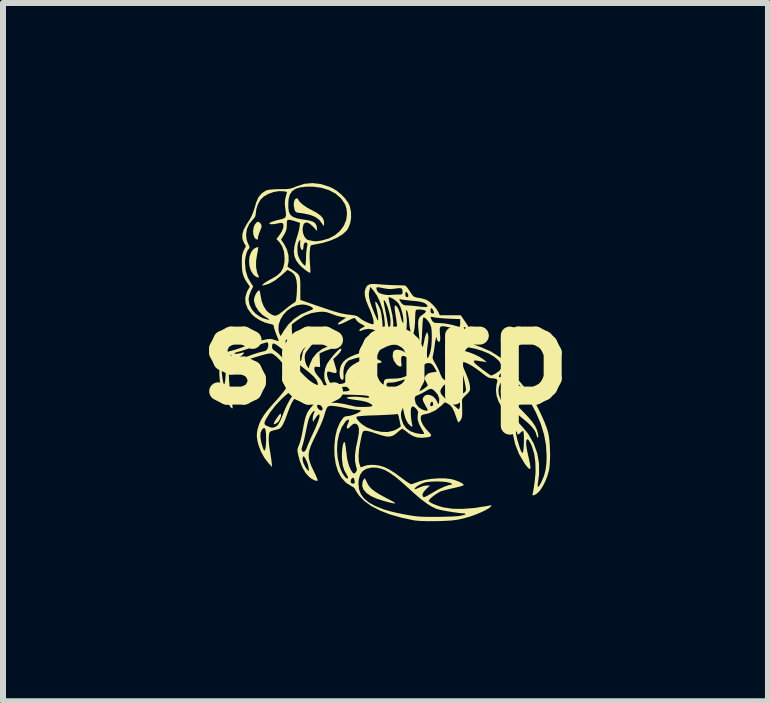
<source format=kicad_pcb>
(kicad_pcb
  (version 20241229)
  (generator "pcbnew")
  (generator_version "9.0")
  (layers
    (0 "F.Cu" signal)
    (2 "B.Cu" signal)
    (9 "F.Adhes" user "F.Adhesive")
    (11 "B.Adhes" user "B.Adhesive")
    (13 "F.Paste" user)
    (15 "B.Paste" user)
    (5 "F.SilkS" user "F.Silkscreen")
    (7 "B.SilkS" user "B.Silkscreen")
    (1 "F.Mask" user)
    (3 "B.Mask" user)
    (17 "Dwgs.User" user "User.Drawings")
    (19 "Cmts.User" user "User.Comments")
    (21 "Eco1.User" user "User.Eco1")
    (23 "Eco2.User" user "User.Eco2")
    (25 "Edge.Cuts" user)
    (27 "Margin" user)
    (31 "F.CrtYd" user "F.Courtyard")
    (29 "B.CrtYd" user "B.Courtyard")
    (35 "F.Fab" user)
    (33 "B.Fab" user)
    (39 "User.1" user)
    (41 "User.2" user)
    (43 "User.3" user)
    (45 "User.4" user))
  (footprint "scorp"
    (layer "F.Cu")
    (at 3.371 2.862)
    (property "Reference" "scorp" (at 0 0 0) (layer "F.SilkS") (effects (font (size 1.5 1.5) (thickness 0.3))))
    (attr board_only exclude_from_pos_files exclude_from_bom)
    (fp_poly (pts (xy -1.741 0.982) (xy -1.739 1.002) (xy -1.745 1.034) (xy -1.759 1.07) (xy -1.777 1.103) (xy -1.793 1.121) (xy -1.83 1.148) (xy -1.853 1.155) (xy -1.86 1.143) (xy -1.852 1.122) (xy -1.832 1.086) (xy -1.805 1.046) (xy -1.779 1.009) (xy -1.758 0.985) (xy -1.754 0.982)) (stroke (width 0) (type solid)) (fill yes) (layer "F.SilkS"))
    (fp_poly (pts (xy -2.086 -2.196) (xy -2.077 -2.184) (xy -2.066 -2.163) (xy -2.063 -2.141) (xy -2.071 -2.111) (xy -2.089 -2.064) (xy -2.093 -2.055) (xy -2.112 -2.005) (xy -2.123 -1.964) (xy -2.124 -1.941) (xy -2.125 -1.923) (xy -2.141 -1.922) (xy -2.164 -1.934) (xy -2.182 -1.954) (xy -2.2 -2.001) (xy -2.205 -2.063) (xy -2.195 -2.126) (xy -2.176 -2.172) (xy -2.145 -2.21) (xy -2.115 -2.218)) (stroke (width 0) (type solid)) (fill yes) (layer "F.SilkS"))
    (fp_poly (pts (xy -0.336 2.068) (xy -0.32 2.1) (xy -0.31 2.123) (xy -0.281 2.176) (xy -0.238 2.225) (xy -0.176 2.275) (xy -0.093 2.327) (xy 0.003 2.379) (xy 0.083 2.42) (xy 0.136 2.45) (xy 0.161 2.468) (xy 0.159 2.475) (xy 0.129 2.472) (xy 0.071 2.459) (xy -0.011 2.438) (xy -0.139 2.398) (xy -0.241 2.352) (xy -0.318 2.299) (xy -0.367 2.241) (xy -0.388 2.179) (xy -0.38 2.113) (xy -0.373 2.094) (xy -0.357 2.066) (xy -0.346 2.055)) (stroke (width 0) (type solid)) (fill yes) (layer "F.SilkS"))
    (fp_poly (pts (xy -2.12 -1.795) (xy -2.12 -1.778) (xy -2.125 -1.739) (xy -2.135 -1.687) (xy -2.139 -1.672) (xy -2.155 -1.564) (xy -2.155 -1.464) (xy -2.14 -1.379) (xy -2.124 -1.338) (xy -2.109 -1.306) (xy -2.109 -1.293) (xy -2.125 -1.29) (xy -2.128 -1.29) (xy -2.155 -1.301) (xy -2.189 -1.328) (xy -2.203 -1.342) (xy -2.242 -1.404) (xy -2.265 -1.478) (xy -2.272 -1.556) (xy -2.265 -1.634) (xy -2.242 -1.702) (xy -2.206 -1.755) (xy -2.175 -1.778) (xy -2.142 -1.792) (xy -2.122 -1.796)) (stroke (width 0) (type solid)) (fill yes) (layer "F.SilkS"))
    (fp_poly (pts (xy 0.258 -0.076) (xy 0.312 -0.053) (xy 0.361 -0.02) (xy 0.388 0.008) (xy 0.41 0.042) (xy 0.409 0.057) (xy 0.386 0.052) (xy 0.355 0.038) (xy 0.306 0.017) (xy 0.276 0.02) (xy 0.262 0.047) (xy 0.262 0.1) (xy 0.263 0.112) (xy 0.268 0.16) (xy 0.267 0.184) (xy 0.257 0.194) (xy 0.244 0.195) (xy 0.214 0.184) (xy 0.185 0.161) (xy 0.14 0.096) (xy 0.12 0.029) (xy 0.125 -0.036) (xy 0.136 -0.061) (xy 0.162 -0.082) (xy 0.205 -0.087)) (stroke (width 0) (type solid)) (fill yes) (layer "F.SilkS"))
    (fp_poly (pts (xy -1.459 -2.598) (xy -1.43 -2.551) (xy -1.375 -2.501) (xy -1.301 -2.451) (xy -1.242 -2.42) (xy -1.149 -2.37) (xy -1.082 -2.322) (xy -1.041 -2.274) (xy -1.023 -2.223) (xy -1.023 -2.173) (xy -1.028 -2.152) (xy -1.035 -2.153) (xy -1.05 -2.178) (xy -1.054 -2.185) (xy -1.101 -2.248) (xy -1.168 -2.297) (xy -1.257 -2.333) (xy -1.371 -2.357) (xy -1.414 -2.363) (xy -1.463 -2.369) (xy -1.49 -2.379) (xy -1.505 -2.396) (xy -1.516 -2.427) (xy -1.516 -2.428) (xy -1.528 -2.491) (xy -1.525 -2.547) (xy -1.509 -2.588) (xy -1.495 -2.601) (xy -1.47 -2.61)) (stroke (width 0) (type solid)) (fill yes) (layer "F.SilkS"))
    (fp_poly (pts (xy 2.103 0.46) (xy 2.14 0.485) (xy 2.159 0.517) (xy 2.16 0.527) (xy 2.156 0.546) (xy 2.139 0.551) (xy 2.108 0.547) (xy 2.069 0.544) (xy 2.049 0.558) (xy 2.048 0.589) (xy 2.064 0.64) (xy 2.084 0.683) (xy 2.109 0.731) (xy 2.141 0.779) (xy 2.184 0.831) (xy 2.243 0.895) (xy 2.295 0.948) (xy 2.381 1.038) (xy 2.446 1.115) (xy 2.492 1.184) (xy 2.523 1.248) (xy 2.542 1.313) (xy 2.544 1.324) (xy 2.546 1.365) (xy 2.539 1.38) (xy 2.526 1.369) (xy 2.515 1.332) (xy 2.5 1.286) (xy 2.472 1.239) (xy 2.429 1.187) (xy 2.367 1.127) (xy 2.282 1.056) (xy 2.258 1.036) (xy 2.157 0.952) (xy 2.078 0.883) (xy 2.019 0.823) (xy 1.979 0.77) (xy 1.953 0.721) (xy 1.94 0.673) (xy 1.938 0.621) (xy 1.939 0.603) (xy 1.947 0.548) (xy 1.961 0.512) (xy 1.986 0.485) (xy 2.023 0.461) (xy 2.058 0.45) (xy 2.06 0.45)) (stroke (width 0) (type solid)) (fill yes) (layer "F.SilkS"))
    (fp_poly (pts (xy -1.076 -2.846) (xy -0.932 -2.8) (xy -0.888 -2.78) (xy -0.814 -2.736) (xy -0.74 -2.676) (xy -0.674 -2.607) (xy -0.622 -2.537) (xy -0.596 -2.483) (xy -0.574 -2.384) (xy -0.572 -2.283) (xy -0.589 -2.186) (xy -0.625 -2.102) (xy -0.648 -2.069) (xy -0.714 -2.009) (xy -0.804 -1.953) (xy -0.913 -1.906) (xy -1.037 -1.868) (xy -1.142 -1.846) (xy -1.191 -1.837) (xy -1.228 -1.829) (xy -1.242 -1.823) (xy -1.252 -1.798) (xy -1.259 -1.75) (xy -1.263 -1.685) (xy -1.263 -1.611) (xy -1.259 -1.534) (xy -1.258 -1.518) (xy -1.253 -1.456) (xy -1.25 -1.406) (xy -1.251 -1.375) (xy -1.252 -1.368) (xy -1.269 -1.371) (xy -1.301 -1.39) (xy -1.343 -1.421) (xy -1.388 -1.458) (xy -1.43 -1.499) (xy -1.439 -1.508) (xy -1.488 -1.574) (xy -1.517 -1.645) (xy -1.526 -1.724) (xy -1.523 -1.747) (xy -1.467 -1.747) (xy -1.461 -1.683) (xy -1.455 -1.655) (xy -1.437 -1.611) (xy -1.411 -1.564) (xy -1.381 -1.523) (xy -1.353 -1.494) (xy -1.336 -1.485) (xy -1.331 -1.499) (xy -1.327 -1.536) (xy -1.324 -1.59) (xy -1.323 -1.617) (xy -1.321 -1.684) (xy -1.315 -1.745) (xy -1.308 -1.791) (xy -1.306 -1.8) (xy -1.299 -1.845) (xy -1.31 -1.87) (xy -1.337 -1.872) (xy -1.342 -1.87) (xy -1.36 -1.848) (xy -1.365 -1.809) (xy -1.369 -1.772) (xy -1.378 -1.749) (xy -1.38 -1.748) (xy -1.397 -1.751) (xy -1.412 -1.775) (xy -1.421 -1.814) (xy -1.421 -1.859) (xy -1.421 -1.865) (xy -1.417 -1.901) (xy -1.42 -1.913) (xy -1.432 -1.905) (xy -1.436 -1.901) (xy -1.454 -1.866) (xy -1.465 -1.812) (xy -1.467 -1.747) (xy -1.523 -1.747) (xy -1.515 -1.818) (xy -1.485 -1.93) (xy -1.478 -1.95) (xy -1.458 -2.015) (xy -1.441 -2.079) (xy -1.432 -2.128) (xy -1.423 -2.198) (xy -1.497 -2.224) (xy -1.547 -2.239) (xy -1.591 -2.249) (xy -1.607 -2.25) (xy -1.627 -2.248) (xy -1.638 -2.237) (xy -1.642 -2.209) (xy -1.643 -2.162) (xy -1.647 -2.101) (xy -1.662 -2.052) (xy -1.691 -1.998) (xy -1.691 -1.997) (xy -1.739 -1.921) (xy -1.688 -1.846) (xy -1.641 -1.755) (xy -1.615 -1.658) (xy -1.613 -1.565) (xy -1.617 -1.537) (xy -1.632 -1.469) (xy -1.555 -1.419) (xy -1.502 -1.384) (xy -1.465 -1.355) (xy -1.44 -1.324) (xy -1.426 -1.286) (xy -1.42 -1.234) (xy -1.418 -1.162) (xy -1.418 -1.109) (xy -1.418 -0.916) (xy -1.133 -0.817) (xy -1.009 -0.775) (xy -0.909 -0.741) (xy -0.827 -0.716) (xy -0.758 -0.697) (xy -0.699 -0.684) (xy -0.643 -0.674) (xy -0.586 -0.667) (xy -0.576 -0.666) (xy -0.515 -0.658) (xy -0.474 -0.646) (xy -0.442 -0.626) (xy -0.426 -0.613) (xy -0.389 -0.585) (xy -0.338 -0.557) (xy -0.282 -0.531) (xy -0.233 -0.514) (xy -0.208 -0.51) (xy -0.197 -0.523) (xy -0.197 -0.558) (xy -0.208 -0.611) (xy -0.229 -0.677) (xy -0.258 -0.752) (xy -0.278 -0.795) (xy -0.32 -0.898) (xy -0.342 -0.983) (xy -0.344 -1.016) (xy -0.277 -1.016) (xy -0.272 -0.956) (xy -0.255 -0.882) (xy -0.223 -0.791) (xy -0.181 -0.687) (xy -0.154 -0.626) (xy -0.137 -0.589) (xy -0.127 -0.574) (xy -0.122 -0.579) (xy -0.121 -0.6) (xy -0.121 -0.608) (xy -0.125 -0.653) (xy -0.136 -0.714) (xy -0.149 -0.773) (xy -0.162 -0.825) (xy -0.169 -0.865) (xy -0.17 -0.884) (xy -0.17 -0.885) (xy -0.156 -0.881) (xy -0.136 -0.856) (xy -0.113 -0.816) (xy -0.092 -0.768) (xy -0.083 -0.743) (xy -0.071 -0.695) (xy -0.061 -0.627) (xy -0.052 -0.552) (xy -0.049 -0.512) (xy -0.045 -0.443) (xy -0.04 -0.4) (xy -0.034 -0.38) (xy -0.027 -0.381) (xy -0.024 -0.385) (xy -0.016 -0.413) (xy -0.011 -0.461) (xy -0.01 -0.518) (xy -0.022 -0.639) (xy -0.05 -0.763) (xy -0.091 -0.882) (xy -0.097 -0.896) (xy -0.03 -0.896) (xy -0.027 -0.873) (xy -0.019 -0.828) (xy -0.008 -0.766) (xy 0.007 -0.695) (xy 0.008 -0.69) (xy 0.022 -0.616) (xy 0.034 -0.55) (xy 0.042 -0.5) (xy 0.045 -0.471) (xy 0.045 -0.471) (xy 0.049 -0.441) (xy 0.059 -0.436) (xy 0.071 -0.455) (xy 0.082 -0.492) (xy 0.083 -0.5) (xy 0.085 -0.582) (xy 0.07 -0.681) (xy 0.039 -0.789) (xy 0.03 -0.814) (xy 0.008 -0.867) (xy -0.011 -0.901) (xy -0.024 -0.912) (xy -0.03 -0.899) (xy -0.03 -0.896) (xy -0.097 -0.896) (xy -0.127 -0.957) (xy 0.052 -0.957) (xy 0.052 -0.94) (xy 0.06 -0.901) (xy 0.072 -0.847) (xy 0.082 -0.809) (xy 0.116 -0.661) (xy 0.131 -0.536) (xy 0.128 -0.433) (xy 0.121 -0.393) (xy 0.112 -0.336) (xy 0.114 -0.299) (xy 0.127 -0.283) (xy 0.146 -0.291) (xy 0.171 -0.327) (xy 0.172 -0.329) (xy 0.187 -0.37) (xy 0.194 -0.422) (xy 0.192 -0.49) (xy 0.182 -0.578) (xy 0.17 -0.656) (xy 0.16 -0.721) (xy 0.154 -0.774) (xy 0.153 -0.809) (xy 0.155 -0.82) (xy 0.173 -0.822) (xy 0.195 -0.8) (xy 0.218 -0.759) (xy 0.237 -0.706) (xy 0.245 -0.674) (xy 0.258 -0.619) (xy 0.272 -0.572) (xy 0.282 -0.547) (xy 0.293 -0.531) (xy 0.298 -0.538) (xy 0.299 -0.57) (xy 0.293 -0.644) (xy 0.274 -0.725) (xy 0.248 -0.801) (xy 0.221 -0.852) (xy 0.193 -0.884) (xy 0.155 -0.915) (xy 0.145 -0.922) (xy 0.23 -0.922) (xy 0.238 -0.906) (xy 0.268 -0.86) (xy 0.298 -0.835) (xy 0.338 -0.825) (xy 0.369 -0.824) (xy 0.43 -0.821) (xy 0.498 -0.814) (xy 0.525 -0.811) (xy 0.608 -0.801) (xy 0.663 -0.798) (xy 0.694 -0.801) (xy 0.702 -0.811) (xy 0.702 -0.813) (xy 0.68 -0.845) (xy 0.639 -0.869) (xy 0.574 -0.887) (xy 0.483 -0.899) (xy 0.463 -0.9) (xy 0.393 -0.907) (xy 0.33 -0.914) (xy 0.282 -0.92) (xy 0.264 -0.924) (xy 0.236 -0.929) (xy 0.23 -0.922) (xy 0.145 -0.922) (xy 0.113 -0.942) (xy 0.077 -0.958) (xy 0.054 -0.959) (xy 0.052 -0.957) (xy -0.127 -0.957) (xy -0.141 -0.988) (xy -0.2 -1.073) (xy -0.201 -1.074) (xy -0.225 -1.102) (xy -0.15 -1.102) (xy -0.139 -1.068) (xy -0.119 -1.042) (xy -0.083 -1.022) (xy -0.03 -1.007) (xy 0.028 -0.998) (xy 0.078 -0.998) (xy 0.083 -0.999) (xy 0.114 -1.002) (xy 0.163 -1.004) (xy 0.199 -1.005) (xy 0.247 -1.006) (xy 0.272 -1.01) (xy 0.33 -1.01) (xy 0.334 -0.982) (xy 0.34 -0.97) (xy 0.364 -0.961) (xy 0.38 -0.971) (xy 0.381 -0.994) (xy 0.37 -1.024) (xy 0.354 -1.046) (xy 0.346 -1.05) (xy 0.334 -1.038) (xy 0.33 -1.01) (xy 0.272 -1.01) (xy 0.273 -1.011) (xy 0.283 -1.022) (xy 0.285 -1.045) (xy 0.285 -1.046) (xy 0.282 -1.085) (xy 0.269 -1.106) (xy 0.241 -1.113) (xy 0.193 -1.109) (xy 0.168 -1.105) (xy 0.102 -1.097) (xy 0.041 -1.099) (xy -0.031 -1.11) (xy -0.039 -1.112) (xy -0.095 -1.123) (xy -0.128 -1.128) (xy -0.144 -1.125) (xy -0.15 -1.115) (xy -0.15 -1.102) (xy -0.225 -1.102) (xy -0.252 -1.133) (xy -0.269 -1.068) (xy -0.277 -1.016) (xy -0.344 -1.016) (xy -0.345 -1.053) (xy -0.329 -1.114) (xy -0.328 -1.115) (xy -0.306 -1.151) (xy -0.273 -1.172) (xy -0.224 -1.182) (xy -0.154 -1.18) (xy -0.117 -1.177) (xy -0.043 -1.171) (xy 0.046 -1.166) (xy 0.133 -1.162) (xy 0.158 -1.161) (xy 0.223 -1.16) (xy 0.278 -1.158) (xy 0.316 -1.157) (xy 0.327 -1.156) (xy 0.344 -1.144) (xy 0.37 -1.112) (xy 0.401 -1.067) (xy 0.406 -1.059) (xy 0.438 -1.01) (xy 0.462 -0.98) (xy 0.486 -0.965) (xy 0.517 -0.956) (xy 0.545 -0.952) (xy 0.604 -0.941) (xy 0.663 -0.924) (xy 0.683 -0.916) (xy 0.74 -0.881) (xy 0.799 -0.826) (xy 0.851 -0.763) (xy 0.881 -0.712) (xy 0.906 -0.66) (xy 1.08 -0.66) (xy 1.255 -0.66) (xy 1.339 -0.536) (xy 1.395 -0.452) (xy 1.433 -0.384) (xy 1.457 -0.327) (xy 1.468 -0.275) (xy 1.47 -0.237) (xy 1.47 -0.172) (xy 1.59 -0.129) (xy 1.755 -0.057) (xy 1.905 0.038) (xy 1.947 0.07) (xy 1.985 0.103) (xy 2.004 0.129) (xy 2.009 0.157) (xy 2.008 0.185) (xy 2.007 0.226) (xy 2.019 0.251) (xy 2.049 0.273) (xy 2.055 0.277) (xy 2.114 0.321) (xy 2.184 0.387) (xy 2.259 0.47) (xy 2.336 0.565) (xy 2.41 0.669) (xy 2.479 0.775) (xy 2.505 0.818) (xy 2.556 0.915) (xy 2.607 1.022) (xy 2.654 1.13) (xy 2.691 1.229) (xy 2.708 1.284) (xy 2.723 1.356) (xy 2.734 1.45) (xy 2.74 1.555) (xy 2.743 1.665) (xy 2.74 1.771) (xy 2.733 1.863) (xy 2.725 1.92) (xy 2.699 2.013) (xy 2.663 2.106) (xy 2.62 2.19) (xy 2.575 2.259) (xy 2.542 2.294) (xy 2.503 2.324) (xy 2.471 2.339) (xy 2.452 2.338) (xy 2.45 2.32) (xy 2.451 2.318) (xy 2.456 2.295) (xy 2.465 2.249) (xy 2.475 2.187) (xy 2.484 2.127) (xy 2.501 1.956) (xy 2.498 1.796) (xy 2.478 1.65) (xy 2.44 1.523) (xy 2.418 1.475) (xy 2.39 1.426) (xy 2.37 1.405) (xy 2.356 1.409) (xy 2.348 1.427) (xy 2.343 1.465) (xy 2.348 1.526) (xy 2.363 1.611) (xy 2.387 1.718) (xy 2.406 1.805) (xy 2.415 1.864) (xy 2.413 1.896) (xy 2.4 1.902) (xy 2.375 1.881) (xy 2.338 1.836) (xy 2.319 1.81) (xy 2.227 1.655) (xy 2.161 1.489) (xy 2.122 1.315) (xy 2.118 1.263) (xy 2.171 1.263) (xy 2.178 1.33) (xy 2.198 1.417) (xy 2.231 1.527) (xy 2.253 1.59) (xy 2.271 1.625) (xy 2.284 1.633) (xy 2.294 1.613) (xy 2.301 1.563) (xy 2.305 1.485) (xy 2.306 1.448) (xy 2.307 1.378) (xy 2.304 1.32) (xy 2.3 1.282) (xy 2.296 1.268) (xy 2.277 1.272) (xy 2.251 1.294) (xy 2.249 1.297) (xy 2.223 1.32) (xy 2.204 1.327) (xy 2.203 1.326) (xy 2.196 1.308) (xy 2.19 1.27) (xy 2.189 1.241) (xy 2.188 1.198) (xy 2.185 1.183) (xy 2.181 1.192) (xy 2.176 1.211) (xy 2.171 1.263) (xy 2.118 1.263) (xy 2.113 1.204) (xy 2.11 1.088) (xy 2.025 0.986) (xy 1.941 0.875) (xy 1.883 0.774) (xy 1.851 0.679) (xy 1.842 0.597) (xy 1.842 0.594) (xy 1.882 0.594) (xy 1.889 0.662) (xy 1.915 0.736) (xy 1.961 0.818) (xy 2.028 0.912) (xy 2.118 1.018) (xy 2.184 1.091) (xy 2.242 1.155) (xy 2.298 1.218) (xy 2.345 1.274) (xy 2.378 1.316) (xy 2.383 1.324) (xy 2.47 1.477) (xy 2.529 1.639) (xy 2.558 1.809) (xy 2.559 1.985) (xy 2.545 2.097) (xy 2.536 2.159) (xy 2.537 2.193) (xy 2.547 2.199) (xy 2.566 2.175) (xy 2.594 2.124) (xy 2.599 2.115) (xy 2.641 2.016) (xy 2.668 1.914) (xy 2.682 1.799) (xy 2.685 1.688) (xy 2.675 1.507) (xy 2.642 1.327) (xy 2.587 1.146) (xy 2.507 0.96) (xy 2.402 0.764) (xy 2.388 0.739) (xy 2.308 0.611) (xy 2.238 0.509) (xy 2.177 0.433) (xy 2.123 0.381) (xy 2.076 0.352) (xy 2.042 0.345) (xy 2.014 0.357) (xy 1.979 0.389) (xy 1.942 0.433) (xy 1.911 0.482) (xy 1.892 0.528) (xy 1.891 0.529) (xy 1.882 0.594) (xy 1.842 0.594) (xy 1.845 0.54) (xy 1.851 0.49) (xy 1.858 0.463) (xy 1.865 0.425) (xy 1.848 0.402) (xy 1.805 0.391) (xy 1.779 0.39) (xy 1.747 0.387) (xy 1.716 0.377) (xy 1.68 0.355) (xy 1.679 0.355) (xy 1.89 0.355) (xy 1.897 0.373) (xy 1.919 0.369) (xy 1.947 0.352) (xy 1.971 0.327) (xy 1.98 0.302) (xy 1.971 0.287) (xy 1.963 0.285) (xy 1.935 0.296) (xy 1.907 0.322) (xy 1.891 0.349) (xy 1.89 0.355) (xy 1.679 0.355) (xy 1.631 0.319) (xy 1.598 0.293) (xy 1.522 0.236) (xy 1.448 0.187) (xy 1.382 0.149) (xy 1.328 0.126) (xy 1.297 0.12) (xy 1.283 0.126) (xy 1.28 0.145) (xy 1.288 0.18) (xy 1.309 0.236) (xy 1.343 0.314) (xy 1.347 0.323) (xy 1.375 0.395) (xy 1.397 0.465) (xy 1.407 0.52) (xy 1.41 0.563) (xy 1.405 0.593) (xy 1.389 0.62) (xy 1.356 0.654) (xy 1.344 0.665) (xy 1.275 0.733) (xy 1.278 0.888) (xy 1.279 0.962) (xy 1.277 1.013) (xy 1.271 1.049) (xy 1.26 1.075) (xy 1.254 1.084) (xy 1.233 1.112) (xy 1.217 1.125) (xy 1.216 1.125) (xy 1.207 1.112) (xy 1.192 1.078) (xy 1.179 1.039) (xy 1.147 0.949) (xy 1.115 0.884) (xy 1.08 0.84) (xy 1.042 0.814) (xy 0.99 0.789) (xy 0.926 0.851) (xy 0.832 0.924) (xy 0.731 0.971) (xy 0.673 0.985) (xy 0.63 0.994) (xy 0.602 1.007) (xy 0.597 1.011) (xy 0.586 1.052) (xy 0.597 1.107) (xy 0.627 1.169) (xy 0.675 1.234) (xy 0.719 1.282) (xy 0.754 1.32) (xy 0.762 1.345) (xy 0.744 1.362) (xy 0.709 1.371) (xy 0.609 1.381) (xy 0.527 1.375) (xy 0.455 1.351) (xy 0.386 1.306) (xy 0.373 1.296) (xy 0.331 1.263) (xy 0.298 1.24) (xy 0.28 1.23) (xy 0.279 1.23) (xy 0.262 1.24) (xy 0.23 1.264) (xy 0.202 1.289) (xy 0.157 1.326) (xy 0.114 1.35) (xy 0.068 1.361) (xy 0.014 1.359) (xy -0.055 1.343) (xy -0.143 1.315) (xy -0.192 1.298) (xy -0.251 1.279) (xy -0.303 1.267) (xy -0.339 1.263) (xy -0.342 1.263) (xy -0.359 1.267) (xy -0.372 1.276) (xy -0.383 1.297) (xy -0.394 1.334) (xy -0.407 1.393) (xy -0.415 1.433) (xy -0.439 1.569) (xy -0.448 1.68) (xy -0.444 1.767) (xy -0.433 1.817) (xy -0.421 1.852) (xy -0.413 1.871) (xy -0.413 1.872) (xy -0.398 1.869) (xy -0.366 1.857) (xy -0.351 1.851) (xy -0.301 1.837) (xy -0.239 1.832) (xy -0.18 1.833) (xy -0.101 1.844) (xy -0.021 1.868) (xy 0.062 1.908) (xy 0.155 1.966) (xy 0.261 2.044) (xy 0.277 2.056) (xy 0.339 2.102) (xy 0.389 2.135) (xy 0.423 2.153) (xy 0.435 2.154) (xy 0.459 2.146) (xy 0.503 2.13) (xy 0.558 2.11) (xy 0.57 2.106) (xy 0.661 2.081) (xy 0.77 2.065) (xy 0.885 2.056) (xy 0.996 2.057) (xy 1.09 2.068) (xy 1.096 2.069) (xy 1.153 2.085) (xy 1.209 2.105) (xy 1.258 2.128) (xy 1.292 2.15) (xy 1.305 2.167) (xy 1.305 2.168) (xy 1.29 2.177) (xy 1.252 2.19) (xy 1.196 2.204) (xy 1.145 2.216) (xy 1.072 2.232) (xy 1.002 2.25) (xy 0.945 2.266) (xy 0.921 2.274) (xy 0.881 2.295) (xy 0.834 2.325) (xy 0.787 2.359) (xy 0.749 2.393) (xy 0.725 2.42) (xy 0.72 2.432) (xy 0.734 2.448) (xy 0.769 2.47) (xy 0.821 2.493) (xy 0.883 2.516) (xy 0.948 2.536) (xy 0.971 2.541) (xy 1.118 2.563) (xy 1.289 2.565) (xy 1.483 2.55) (xy 1.7 2.516) (xy 1.725 2.511) (xy 1.759 2.505) (xy 1.768 2.509) (xy 1.757 2.525) (xy 1.751 2.531) (xy 1.716 2.559) (xy 1.657 2.592) (xy 1.582 2.627) (xy 1.497 2.662) (xy 1.407 2.694) (xy 1.319 2.719) (xy 1.298 2.725) (xy 1.23 2.74) (xy 1.168 2.75) (xy 1.104 2.758) (xy 1.03 2.763) (xy 0.94 2.767) (xy 0.855 2.769) (xy 0.711 2.77) (xy 0.594 2.767) (xy 0.504 2.76) (xy 0.465 2.754) (xy 0.256 2.709) (xy 0.068 2.655) (xy -0.097 2.59) (xy -0.237 2.517) (xy -0.351 2.435) (xy -0.438 2.346) (xy -0.45 2.329) (xy -0.48 2.285) (xy -0.502 2.249) (xy -0.51 2.229) (xy -0.51 2.229) (xy -0.523 2.213) (xy -0.554 2.193) (xy -0.567 2.187) (xy -0.658 2.129) (xy -0.675 2.11) (xy -0.581 2.11) (xy -0.569 2.137) (xy -0.54 2.145) (xy -0.534 2.144) (xy -0.45 2.144) (xy -0.44 2.238) (xy -0.409 2.321) (xy -0.355 2.394) (xy -0.277 2.458) (xy -0.173 2.516) (xy -0.042 2.569) (xy 0.012 2.586) (xy 0.086 2.607) (xy 0.18 2.629) (xy 0.284 2.651) (xy 0.388 2.67) (xy 0.482 2.685) (xy 0.525 2.69) (xy 0.582 2.694) (xy 0.659 2.697) (xy 0.752 2.698) (xy 0.853 2.698) (xy 0.954 2.697) (xy 1.05 2.694) (xy 1.134 2.691) (xy 1.198 2.687) (xy 1.222 2.684) (xy 1.276 2.674) (xy 1.316 2.664) (xy 1.335 2.655) (xy 1.335 2.654) (xy 1.323 2.642) (xy 1.316 2.641) (xy 1.268 2.638) (xy 1.2 2.63) (xy 1.121 2.619) (xy 1.039 2.606) (xy 0.962 2.592) (xy 0.897 2.578) (xy 0.853 2.566) (xy 0.849 2.565) (xy 0.777 2.531) (xy 0.694 2.48) (xy 0.6 2.41) (xy 0.492 2.319) (xy 0.397 2.233) (xy 0.483 2.233) (xy 0.491 2.239) (xy 0.521 2.229) (xy 0.553 2.214) (xy 0.608 2.192) (xy 0.662 2.178) (xy 0.686 2.176) (xy 0.743 2.176) (xy 0.679 2.235) (xy 0.635 2.284) (xy 0.615 2.326) (xy 0.622 2.357) (xy 0.625 2.36) (xy 0.636 2.368) (xy 0.651 2.368) (xy 0.675 2.358) (xy 0.713 2.338) (xy 0.77 2.305) (xy 0.798 2.288) (xy 0.892 2.235) (xy 0.981 2.195) (xy 1.057 2.169) (xy 1.109 2.159) (xy 1.112 2.153) (xy 1.093 2.14) (xy 1.08 2.134) (xy 1.037 2.122) (xy 0.972 2.113) (xy 0.895 2.109) (xy 0.814 2.109) (xy 0.737 2.113) (xy 0.674 2.121) (xy 0.651 2.127) (xy 0.597 2.148) (xy 0.546 2.176) (xy 0.505 2.205) (xy 0.484 2.231) (xy 0.483 2.233) (xy 0.397 2.233) (xy 0.375 2.213) (xy 0.26 2.109) (xy 0.159 2.026) (xy 0.071 1.964) (xy -0.008 1.919) (xy -0.083 1.892) (xy -0.154 1.878) (xy -0.227 1.878) (xy -0.232 1.878) (xy -0.317 1.897) (xy -0.381 1.938) (xy -0.424 2) (xy -0.446 2.084) (xy -0.45 2.144) (xy -0.534 2.144) (xy -0.518 2.14) (xy -0.512 2.12) (xy -0.513 2.098) (xy -0.523 2.059) (xy -0.541 2.045) (xy -0.562 2.058) (xy -0.57 2.071) (xy -0.581 2.11) (xy -0.675 2.11) (xy -0.732 2.047) (xy -0.789 1.943) (xy -0.828 1.819) (xy -0.849 1.675) (xy -0.851 1.58) (xy -0.807 1.58) (xy -0.796 1.717) (xy -0.765 1.85) (xy -0.75 1.894) (xy -0.724 1.955) (xy -0.694 2.006) (xy -0.665 2.043) (xy -0.64 2.06) (xy -0.626 2.057) (xy -0.624 2.034) (xy -0.644 1.998) (xy -0.685 1.924) (xy -0.712 1.84) (xy -0.724 1.738) (xy -0.726 1.688) (xy -0.724 1.621) (xy -0.719 1.559) (xy -0.711 1.507) (xy -0.7 1.469) (xy -0.689 1.451) (xy -0.678 1.456) (xy -0.675 1.463) (xy -0.669 1.492) (xy -0.661 1.541) (xy -0.655 1.6) (xy -0.654 1.605) (xy -0.637 1.735) (xy -0.609 1.842) (xy -0.572 1.925) (xy -0.57 1.928) (xy -0.543 1.966) (xy -0.523 1.978) (xy -0.503 1.966) (xy -0.49 1.949) (xy -0.477 1.924) (xy -0.477 1.898) (xy -0.489 1.857) (xy -0.507 1.771) (xy -0.507 1.664) (xy -0.491 1.543) (xy -0.481 1.497) (xy -0.466 1.428) (xy -0.453 1.359) (xy -0.444 1.304) (xy -0.443 1.298) (xy -0.442 1.23) (xy -0.456 1.18) (xy -0.482 1.151) (xy -0.515 1.144) (xy -0.554 1.163) (xy -0.575 1.184) (xy -0.611 1.219) (xy -0.635 1.228) (xy -0.645 1.214) (xy -0.639 1.178) (xy -0.621 1.138) (xy -0.607 1.097) (xy -0.611 1.077) (xy -0.632 1.08) (xy -0.664 1.108) (xy -0.668 1.113) (xy -0.729 1.206) (xy -0.772 1.319) (xy -0.799 1.445) (xy -0.807 1.58) (xy -0.851 1.58) (xy -0.851 1.517) (xy -0.837 1.37) (xy -0.808 1.245) (xy -0.763 1.137) (xy -0.727 1.08) (xy -0.705 1.051) (xy -0.483 1.051) (xy -0.464 1.083) (xy -0.43 1.121) (xy -0.385 1.16) (xy -0.333 1.194) (xy -0.305 1.21) (xy -0.184 1.258) (xy -0.067 1.282) (xy 0.042 1.284) (xy 0.139 1.261) (xy 0.187 1.239) (xy 0.225 1.215) (xy 0.25 1.197) (xy 0.255 1.191) (xy 0.252 1.173) (xy 0.244 1.137) (xy 0.241 1.121) (xy 0.23 1.07) (xy 0.22 1.023) (xy 0.218 1.016) (xy 0.215 1.008) (xy 0.258 1.008) (xy 0.267 1.064) (xy 0.297 1.154) (xy 0.345 1.222) (xy 0.415 1.271) (xy 0.49 1.299) (xy 0.549 1.312) (xy 0.599 1.318) (xy 0.633 1.318) (xy 0.645 1.31) (xy 0.638 1.293) (xy 0.619 1.259) (xy 0.601 1.232) (xy 0.557 1.145) (xy 0.535 1.066) (xy 0.538 0.998) (xy 0.539 0.993) (xy 0.545 0.957) (xy 0.535 0.927) (xy 0.515 0.9) (xy 0.478 0.865) (xy 0.45 0.858) (xy 0.43 0.88) (xy 0.426 0.894) (xy 0.422 0.932) (xy 0.423 0.99) (xy 0.428 1.057) (xy 0.437 1.122) (xy 0.445 1.162) (xy 0.45 1.193) (xy 0.444 1.198) (xy 0.419 1.183) (xy 0.419 1.183) (xy 0.371 1.135) (xy 0.334 1.061) (xy 0.31 0.974) (xy 0.291 0.881) (xy 0.27 0.93) (xy 0.259 0.967) (xy 0.258 1.008) (xy 0.215 1.008) (xy 0.206 0.987) (xy 0.191 0.985) (xy 0.171 0.989) (xy 0.126 0.993) (xy 0.06 0.997) (xy -0.022 1.001) (xy -0.115 1.005) (xy -0.146 1.006) (xy -0.259 1.009) (xy -0.352 1.014) (xy -0.422 1.02) (xy -0.466 1.026) (xy -0.482 1.031) (xy -0.483 1.051) (xy -0.705 1.051) (xy -0.698 1.042) (xy -0.67 1.025) (xy -0.634 1.02) (xy -0.632 1.02) (xy -0.595 1.015) (xy -0.549 1.002) (xy -0.501 0.985) (xy -0.458 0.966) (xy -0.425 0.947) (xy -0.409 0.932) (xy -0.413 0.925) (xy -0.447 0.917) (xy -0.475 0.915) (xy -0.505 0.912) (xy -0.557 0.905) (xy -0.62 0.894) (xy -0.657 0.886) (xy -0.756 0.867) (xy -0.83 0.855) (xy -0.883 0.849) (xy -0.92 0.848) (xy -0.945 0.854) (xy -0.962 0.865) (xy -0.967 0.869) (xy -0.983 0.898) (xy -1.001 0.946) (xy -1.014 0.992) (xy -1.029 1.041) (xy -1.055 1.11) (xy -1.09 1.191) (xy -1.131 1.278) (xy -1.148 1.313) (xy -1.202 1.423) (xy -1.242 1.512) (xy -1.267 1.587) (xy -1.279 1.652) (xy -1.277 1.714) (xy -1.263 1.777) (xy -1.236 1.848) (xy -1.196 1.932) (xy -1.189 1.947) (xy -1.161 2.005) (xy -1.141 2.053) (xy -1.129 2.084) (xy -1.128 2.094) (xy -1.152 2.098) (xy -1.191 2.085) (xy -1.237 2.059) (xy -1.273 2.031) (xy -1.331 1.966) (xy -1.383 1.877) (xy -1.425 1.772) (xy -1.441 1.713) (xy -1.38 1.713) (xy -1.379 1.755) (xy -1.365 1.806) (xy -1.339 1.859) (xy -1.336 1.865) (xy -1.309 1.904) (xy -1.289 1.929) (xy -1.281 1.935) (xy -1.277 1.922) (xy -1.279 1.889) (xy -1.281 1.875) (xy -1.292 1.827) (xy -1.31 1.778) (xy -1.33 1.733) (xy -1.349 1.701) (xy -1.364 1.688) (xy -1.367 1.689) (xy -1.38 1.713) (xy -1.441 1.713) (xy -1.448 1.687) (xy -1.461 1.629) (xy -1.466 1.591) (xy -1.464 1.568) (xy -1.398 1.568) (xy -1.392 1.596) (xy -1.37 1.617) (xy -1.346 1.61) (xy -1.323 1.577) (xy -1.31 1.545) (xy -1.293 1.5) (xy -1.267 1.44) (xy -1.238 1.373) (xy -1.227 1.35) (xy -1.172 1.231) (xy -1.133 1.137) (xy -1.108 1.067) (xy -1.097 1.02) (xy -1.1 0.995) (xy -1.11 0.99) (xy -1.126 1.002) (xy -1.151 1.031) (xy -1.166 1.054) (xy -1.208 1.118) (xy -1.212 1.07) (xy -1.209 1.022) (xy -1.193 0.976) (xy -1.18 0.943) (xy -1.185 0.931) (xy -1.203 0.942) (xy -1.229 0.973) (xy -1.249 1.004) (xy -1.265 1.036) (xy -1.28 1.076) (xy -1.294 1.129) (xy -1.31 1.201) (xy -1.327 1.281) (xy -1.343 1.358) (xy -1.359 1.428) (xy -1.374 1.484) (xy -1.385 1.519) (xy -1.398 1.568) (xy -1.464 1.568) (xy -1.463 1.562) (xy -1.453 1.532) (xy -1.442 1.508) (xy -1.427 1.466) (xy -1.409 1.403) (xy -1.392 1.33) (xy -1.381 1.272) (xy -1.361 1.166) (xy -1.343 1.083) (xy -1.325 1.019) (xy -1.305 0.969) (xy -1.281 0.926) (xy -1.25 0.886) (xy -1.222 0.854) (xy -1.219 0.85) (xy -1.14 0.85) (xy -1.13 0.883) (xy -1.105 0.912) (xy -1.075 0.927) (xy -1.066 0.926) (xy -1.048 0.91) (xy -1.047 0.892) (xy -1.061 0.861) (xy -1.085 0.838) (xy -1.111 0.827) (xy -1.132 0.83) (xy -1.14 0.85) (xy -1.219 0.85) (xy -1.171 0.793) (xy -1.145 0.747) (xy -1.143 0.719) (xy -1.08 0.719) (xy -1.071 0.763) (xy -1.053 0.796) (xy -1.031 0.818) (xy -1.007 0.822) (xy -0.975 0.812) (xy -0.908 0.798) (xy -0.824 0.798) (xy -0.721 0.812) (xy -0.662 0.824) (xy -0.6 0.838) (xy -0.546 0.851) (xy -0.51 0.859) (xy -0.503 0.86) (xy -0.465 0.865) (xy -0.411 0.867) (xy -0.351 0.867) (xy -0.294 0.865) (xy -0.251 0.861) (xy -0.235 0.857) (xy -0.217 0.848) (xy -0.221 0.836) (xy -0.235 0.823) (xy -0.274 0.799) (xy -0.332 0.779) (xy -0.413 0.762) (xy -0.492 0.751) (xy -0.553 0.742) (xy -0.576 0.738) (xy 0.489 0.738) (xy 0.489 0.743) (xy 0.506 0.811) (xy 0.549 0.868) (xy 0.601 0.904) (xy 0.645 0.922) (xy 0.682 0.93) (xy 0.703 0.926) (xy 0.705 0.921) (xy 0.698 0.904) (xy 0.68 0.869) (xy 0.668 0.846) (xy 0.746 0.846) (xy 0.763 0.855) (xy 0.767 0.855) (xy 0.789 0.845) (xy 0.795 0.818) (xy 0.788 0.788) (xy 0.774 0.78) (xy 0.756 0.793) (xy 0.746 0.818) (xy 0.746 0.846) (xy 0.668 0.846) (xy 0.658 0.829) (xy 0.633 0.781) (xy 0.622 0.749) (xy 0.623 0.724) (xy 0.628 0.712) (xy 0.657 0.677) (xy 0.7 0.663) (xy 0.748 0.67) (xy 0.796 0.694) (xy 0.836 0.736) (xy 0.855 0.768) (xy 0.872 0.806) (xy 0.882 0.818) (xy 0.888 0.809) (xy 0.893 0.791) (xy 0.896 0.728) (xy 0.872 0.666) (xy 0.846 0.631) (xy 0.822 0.605) (xy 0.914 0.605) (xy 0.923 0.643) (xy 0.954 0.685) (xy 1.008 0.735) (xy 1.062 0.778) (xy 1.115 0.819) (xy 1.16 0.856) (xy 1.191 0.883) (xy 1.2 0.892) (xy 1.217 0.908) (xy 1.227 0.9) (xy 1.235 0.883) (xy 1.241 0.848) (xy 1.242 0.798) (xy 1.241 0.764) (xy 1.222 0.669) (xy 1.184 0.589) (xy 1.13 0.529) (xy 1.062 0.492) (xy 1.039 0.486) (xy 1.006 0.485) (xy 0.979 0.5) (xy 0.955 0.525) (xy 0.926 0.567) (xy 0.914 0.605) (xy 0.822 0.605) (xy 0.805 0.587) (xy 0.77 0.566) (xy 0.734 0.569) (xy 0.688 0.592) (xy 0.674 0.601) (xy 0.621 0.632) (xy 0.569 0.658) (xy 0.543 0.669) (xy 0.507 0.684) (xy 0.492 0.703) (xy 0.489 0.738) (xy -0.576 0.738) (xy -0.604 0.733) (xy -0.636 0.724) (xy -0.64 0.722) (xy -0.645 0.713) (xy -0.626 0.705) (xy -0.588 0.699) (xy -0.537 0.697) (xy -0.479 0.697) (xy -0.419 0.702) (xy -0.392 0.705) (xy -0.326 0.713) (xy -0.286 0.714) (xy -0.271 0.707) (xy -0.277 0.693) (xy -0.283 0.686) (xy -0.303 0.681) (xy -0.348 0.675) (xy -0.412 0.671) (xy -0.491 0.667) (xy -0.58 0.664) (xy -0.673 0.661) (xy -0.765 0.66) (xy -0.851 0.66) (xy -0.927 0.662) (xy -0.986 0.664) (xy -1.016 0.668) (xy -1.057 0.676) (xy -1.075 0.688) (xy -1.08 0.712) (xy -1.08 0.719) (xy -1.143 0.719) (xy -1.143 0.714) (xy -1.159 0.695) (xy -1.187 0.689) (xy -1.235 0.686) (xy -1.297 0.687) (xy -1.362 0.69) (xy -1.423 0.697) (xy -1.471 0.705) (xy -1.496 0.714) (xy -1.526 0.742) (xy -1.556 0.789) (xy -1.589 0.859) (xy -1.626 0.955) (xy -1.637 0.987) (xy -1.673 1.083) (xy -1.704 1.152) (xy -1.733 1.199) (xy -1.76 1.227) (xy -1.784 1.237) (xy -1.851 1.254) (xy -1.894 1.266) (xy -1.92 1.279) (xy -1.933 1.297) (xy -1.939 1.323) (xy -1.943 1.355) (xy -1.945 1.429) (xy -1.936 1.523) (xy -1.928 1.576) (xy -1.915 1.648) (xy -1.905 1.719) (xy -1.897 1.777) (xy -1.895 1.793) (xy -1.889 1.868) (xy -1.947 1.805) (xy -2.015 1.717) (xy -2.073 1.612) (xy -2.115 1.501) (xy -2.133 1.43) (xy -2.141 1.369) (xy -2.083 1.369) (xy -2.067 1.464) (xy -2.054 1.509) (xy -2.037 1.561) (xy -2.025 1.588) (xy -2.016 1.594) (xy -2.006 1.584) (xy -2.005 1.582) (xy -1.997 1.554) (xy -1.992 1.503) (xy -1.988 1.436) (xy -1.988 1.4) (xy -1.99 1.313) (xy -1.997 1.254) (xy -2.009 1.223) (xy -2.027 1.218) (xy -2.051 1.237) (xy -2.056 1.243) (xy -2.08 1.295) (xy -2.083 1.369) (xy -2.141 1.369) (xy -2.142 1.365) (xy -2.142 1.313) (xy -2.134 1.258) (xy -2.126 1.224) (xy -2.104 1.153) (xy -2.092 1.125) (xy -2.014 1.125) (xy -2.014 1.155) (xy -1.989 1.177) (xy -1.946 1.195) (xy -1.907 1.209) (xy -1.882 1.213) (xy -1.859 1.208) (xy -1.84 1.201) (xy -1.813 1.187) (xy -1.789 1.163) (xy -1.766 1.126) (xy -1.739 1.07) (xy -1.707 0.991) (xy -1.697 0.965) (xy -1.667 0.892) (xy -1.633 0.82) (xy -1.6 0.76) (xy -1.586 0.738) (xy -1.556 0.69) (xy -1.542 0.659) (xy -1.543 0.636) (xy -1.546 0.629) (xy -1.558 0.613) (xy -1.575 0.61) (xy -1.6 0.622) (xy -1.637 0.65) (xy -1.689 0.696) (xy -1.728 0.732) (xy -1.831 0.841) (xy -1.921 0.957) (xy -1.991 1.071) (xy -1.995 1.078) (xy -2.014 1.125) (xy -2.092 1.125) (xy -2.073 1.084) (xy -2.03 1.012) (xy -1.972 0.933) (xy -1.895 0.843) (xy -1.839 0.78) (xy -1.78 0.714) (xy -1.725 0.648) (xy -1.679 0.589) (xy -1.647 0.542) (xy -1.644 0.537) (xy -1.545 0.537) (xy -1.532 0.568) (xy -1.505 0.603) (xy -1.469 0.632) (xy -1.441 0.636) (xy -1.441 0.636) (xy -1.42 0.633) (xy -1.374 0.63) (xy -1.306 0.627) (xy -1.22 0.624) (xy -1.121 0.621) (xy -1.012 0.619) (xy -1.009 0.619) (xy -0.882 0.616) (xy -0.782 0.614) (xy -0.707 0.61) (xy -0.654 0.606) (xy -0.62 0.6) (xy -0.603 0.591) (xy -0.6 0.581) (xy -0.607 0.566) (xy -0.624 0.549) (xy -0.625 0.547) (xy -0.658 0.53) (xy -0.696 0.532) (xy -0.759 0.541) (xy -0.843 0.547) (xy -0.943 0.55) (xy -1.052 0.551) (xy -1.164 0.549) (xy -1.272 0.544) (xy -1.37 0.538) (xy -1.452 0.529) (xy -1.512 0.518) (xy -1.519 0.516) (xy -1.541 0.518) (xy -1.545 0.537) (xy -1.644 0.537) (xy -1.639 0.529) (xy -1.611 0.481) (xy -1.586 0.456) (xy -1.564 0.45) (xy -1.538 0.446) (xy -1.53 0.44) (xy -1.537 0.424) (xy -1.556 0.387) (xy -1.583 0.337) (xy -1.602 0.302) (xy -1.648 0.227) (xy -1.702 0.153) (xy -1.759 0.086) (xy -1.814 0.031) (xy -1.863 -0.008) (xy -1.896 -0.024) (xy -1.922 -0.025) (xy -1.962 -0.019) (xy -2.021 -0.005) (xy -2.102 0.018) (xy -2.207 0.05) (xy -2.211 0.052) (xy -2.324 0.087) (xy -2.412 0.115) (xy -2.478 0.137) (xy -2.525 0.153) (xy -2.557 0.167) (xy -2.577 0.178) (xy -2.588 0.189) (xy -2.594 0.201) (xy -2.598 0.216) (xy -2.6 0.225) (xy -2.606 0.274) (xy -2.608 0.345) (xy -2.604 0.433) (xy -2.596 0.53) (xy -2.584 0.63) (xy -2.568 0.726) (xy -2.568 0.728) (xy -2.557 0.792) (xy -2.549 0.845) (xy -2.546 0.879) (xy -2.546 0.889) (xy -2.559 0.89) (xy -2.581 0.868) (xy -2.608 0.827) (xy -2.639 0.773) (xy -2.67 0.711) (xy -2.7 0.645) (xy -2.724 0.58) (xy -2.732 0.555) (xy -2.756 0.451) (xy -2.767 0.341) (xy -2.767 0.233) (xy -2.765 0.222) (xy -2.726 0.222) (xy -2.725 0.31) (xy -2.715 0.391) (xy -2.704 0.454) (xy -2.693 0.487) (xy -2.684 0.49) (xy -2.675 0.463) (xy -2.668 0.408) (xy -2.662 0.323) (xy -2.66 0.272) (xy -2.652 0.083) (xy -2.685 0.114) (xy -2.713 0.158) (xy -2.726 0.222) (xy -2.765 0.222) (xy -2.754 0.136) (xy -2.732 0.064) (xy -2.713 0.026) (xy -2.623 0.026) (xy -2.603 0.051) (xy -2.573 0.073) (xy -2.54 0.083) (xy -2.494 0.082) (xy -2.431 0.069) (xy -2.348 0.043) (xy -2.267 0.014) (xy -2.196 -0.012) (xy -2.128 -0.034) (xy -2.073 -0.049) (xy -2.046 -0.055) (xy -1.999 -0.067) (xy -1.973 -0.089) (xy -1.967 -0.1) (xy -1.956 -0.136) (xy -1.89 -0.136) (xy -1.885 -0.106) (xy -1.863 -0.08) (xy -1.823 -0.052) (xy -1.777 -0.015) (xy -1.728 0.034) (xy -1.7 0.068) (xy -1.66 0.123) (xy -1.614 0.187) (xy -1.577 0.238) (xy -1.544 0.282) (xy -1.516 0.315) (xy -1.499 0.33) (xy -1.497 0.33) (xy -1.498 0.318) (xy -1.511 0.285) (xy -1.535 0.238) (xy -1.553 0.203) (xy -1.581 0.148) (xy -1.601 0.106) (xy -1.609 0.08) (xy -1.607 0.075) (xy -1.591 0.086) (xy -1.562 0.114) (xy -1.525 0.154) (xy -1.52 0.161) (xy -1.427 0.268) (xy -1.348 0.352) (xy -1.28 0.414) (xy -1.223 0.457) (xy -1.208 0.466) (xy -1.167 0.488) (xy -1.138 0.501) (xy -1.128 0.503) (xy -1.126 0.485) (xy -1.131 0.459) (xy -1.151 0.415) (xy -1.191 0.365) (xy -1.253 0.307) (xy -1.339 0.238) (xy -1.341 0.237) (xy -1.404 0.187) (xy -1.477 0.125) (xy -1.551 0.059) (xy -1.599 0.015) (xy -1.684 -0.064) (xy -1.756 -0.125) (xy -1.813 -0.167) (xy -1.854 -0.188) (xy -1.875 -0.188) (xy -1.886 -0.167) (xy -1.89 -0.136) (xy -1.956 -0.136) (xy -1.953 -0.145) (xy -1.952 -0.183) (xy -1.963 -0.207) (xy -1.973 -0.21) (xy -1.995 -0.205) (xy -2.039 -0.191) (xy -2.099 -0.171) (xy -2.171 -0.146) (xy -2.197 -0.136) (xy -2.274 -0.108) (xy -2.346 -0.084) (xy -2.406 -0.064) (xy -2.446 -0.053) (xy -2.452 -0.052) (xy -2.494 -0.04) (xy -2.515 -0.028) (xy -2.512 -0.019) (xy -2.484 -0.017) (xy -2.467 -0.019) (xy -2.421 -0.027) (xy -2.384 -0.037) (xy -2.38 -0.038) (xy -2.359 -0.042) (xy -2.357 -0.031) (xy -2.373 -0.009) (xy -2.402 0.017) (xy -2.415 0.026) (xy -2.464 0.05) (xy -2.514 0.06) (xy -2.517 0.06) (xy -2.551 0.058) (xy -2.563 0.047) (xy -2.561 0.03) (xy -2.561 0.007) (xy -2.583 0.000131) (xy -2.589 0) (xy -2.618 0.007) (xy -2.623 0.026) (xy -2.713 0.026) (xy -2.706 0.011) (xy -2.682 -0.023) (xy -2.65 -0.044) (xy -2.601 -0.06) (xy -2.566 -0.069) (xy -2.515 -0.083) (xy -2.446 -0.105) (xy -2.368 -0.133) (xy -2.303 -0.158) (xy -2.224 -0.187) (xy -2.155 -0.211) (xy -1.664 -0.211) (xy -1.655 -0.168) (xy -1.637 -0.12) (xy -1.614 -0.076) (xy -1.611 -0.073) (xy -1.586 -0.038) (xy -1.57 -0.025) (xy -1.557 -0.03) (xy -1.55 -0.039) (xy -1.535 -0.074) (xy -1.53 -0.109) (xy -1.54 -0.144) (xy -1.566 -0.185) (xy -1.598 -0.223) (xy -1.631 -0.249) (xy -1.651 -0.255) (xy -1.663 -0.243) (xy -1.664 -0.211) (xy -2.155 -0.211) (xy -2.143 -0.215) (xy -2.071 -0.238) (xy -2.026 -0.25) (xy -1.967 -0.262) (xy -1.927 -0.266) (xy -1.892 -0.262) (xy -1.852 -0.251) (xy -1.849 -0.25) (xy -1.808 -0.237) (xy -1.782 -0.23) (xy -1.776 -0.23) (xy -1.78 -0.244) (xy -1.793 -0.279) (xy -1.813 -0.327) (xy -1.817 -0.338) (xy -1.838 -0.393) (xy -1.846 -0.42) (xy -1.782 -0.42) (xy -1.771 -0.369) (xy -1.758 -0.335) (xy -1.749 -0.316) (xy -1.748 -0.315) (xy -1.739 -0.327) (xy -1.719 -0.358) (xy -1.697 -0.396) (xy -1.62 -0.504) (xy -1.615 -0.509) (xy -1.56 -0.509) (xy -1.56 -0.423) (xy -1.556 -0.373) (xy -1.545 -0.32) (xy -1.529 -0.27) (xy -1.512 -0.232) (xy -1.496 -0.213) (xy -1.489 -0.213) (xy -1.472 -0.223) (xy -1.437 -0.245) (xy -1.39 -0.276) (xy -1.371 -0.288) (xy -1.293 -0.336) (xy -1.217 -0.375) (xy -1.148 -0.404) (xy -1.094 -0.419) (xy -1.079 -0.42) (xy -1.057 -0.416) (xy -1.06 -0.405) (xy -1.088 -0.385) (xy -1.141 -0.355) (xy -1.221 -0.316) (xy -1.239 -0.307) (xy -1.311 -0.273) (xy -1.36 -0.247) (xy -1.39 -0.228) (xy -1.405 -0.211) (xy -1.41 -0.195) (xy -1.41 -0.191) (xy -1.419 -0.155) (xy -1.439 -0.112) (xy -1.447 -0.1) (xy -1.481 -0.038) (xy -1.489 0.013) (xy -1.471 0.057) (xy -1.455 0.075) (xy -1.427 0.099) (xy -1.41 0.1) (xy -1.399 0.076) (xy -1.392 0.025) (xy -1.392 0.023) (xy -1.371 -0.067) (xy -1.323 -0.144) (xy -1.259 -0.203) (xy -1.215 -0.233) (xy -1.19 -0.241) (xy -1.185 -0.23) (xy -1.201 -0.2) (xy -1.237 -0.154) (xy -1.254 -0.134) (xy -1.291 -0.088) (xy -1.322 -0.045) (xy -1.337 -0.017) (xy -1.346 0.037) (xy -1.339 0.102) (xy -1.319 0.164) (xy -1.307 0.184) (xy -1.28 0.226) (xy -1.261 0.163) (xy -1.215 0.058) (xy -1.145 -0.03) (xy -1.053 -0.1) (xy -0.94 -0.149) (xy -0.844 -0.172) (xy -0.8 -0.176) (xy -0.781 -0.171) (xy -0.786 -0.159) (xy -0.811 -0.141) (xy -0.855 -0.12) (xy -0.916 -0.097) (xy -0.938 -0.09) (xy -0.991 -0.072) (xy -1.042 -0.051) (xy -1.048 -0.048) (xy -1.098 -0.025) (xy -1.093 0.089) (xy -1.088 0.203) (xy -1.136 0.198) (xy -1.17 0.197) (xy -1.183 0.209) (xy -1.185 0.238) (xy -1.176 0.278) (xy -1.148 0.324) (xy -1.12 0.358) (xy -1.084 0.402) (xy -1.056 0.444) (xy -1.045 0.471) (xy -1.026 0.503) (xy -1.005 0.51) (xy -0.983 0.509) (xy -0.977 0.5) (xy -0.987 0.476) (xy -0.998 0.456) (xy -1.017 0.392) (xy -1.019 0.315) (xy -1.006 0.233) (xy -0.983 0.168) (xy -0.96 0.129) (xy -0.926 0.081) (xy -0.885 0.029) (xy -0.842 -0.021) (xy -0.801 -0.064) (xy -0.768 -0.094) (xy -0.748 -0.105) (xy -0.734 -0.096) (xy -0.74 -0.071) (xy -0.763 -0.036) (xy -0.801 0.005) (xy -0.803 0.007) (xy -0.87 0.07) (xy -0.848 0.144) (xy -0.828 0.209) (xy -0.816 0.252) (xy -0.813 0.278) (xy -0.816 0.292) (xy -0.825 0.3) (xy -0.851 0.302) (xy -0.888 0.293) (xy -0.895 0.29) (xy -0.933 0.279) (xy -0.96 0.278) (xy -0.963 0.279) (xy -0.973 0.301) (xy -0.971 0.341) (xy -0.96 0.388) (xy -0.94 0.434) (xy -0.929 0.451) (xy -0.91 0.477) (xy -0.891 0.49) (xy -0.864 0.494) (xy -0.82 0.491) (xy -0.801 0.489) (xy -0.735 0.482) (xy -0.695 0.473) (xy -0.674 0.462) (xy -0.668 0.443) (xy -0.67 0.415) (xy -0.67 0.413) (xy -0.668 0.339) (xy -0.638 0.265) (xy -0.596 0.21) (xy -0.55 0.172) (xy -0.486 0.133) (xy -0.414 0.096) (xy -0.343 0.067) (xy -0.281 0.049) (xy -0.249 0.045) (xy -0.209 0.05) (xy -0.161 0.063) (xy -0.114 0.081) (xy -0.078 0.1) (xy -0.06 0.117) (xy -0.06 0.119) (xy -0.073 0.128) (xy -0.108 0.137) (xy -0.139 0.142) (xy -0.242 0.164) (xy -0.325 0.199) (xy -0.385 0.246) (xy -0.42 0.303) (xy -0.429 0.367) (xy -0.421 0.411) (xy -0.404 0.447) (xy -0.379 0.476) (xy -0.339 0.499) (xy -0.278 0.523) (xy -0.231 0.538) (xy -0.173 0.558) (xy -0.122 0.579) (xy -0.089 0.598) (xy -0.088 0.599) (xy -0.06 0.615) (xy -0.042 0.609) (xy -0.033 0.578) (xy -0.03 0.525) (xy -0.029 0.494) (xy 0.017 0.494) (xy 0.021 0.57) (xy 0.05 0.641) (xy 0.077 0.675) (xy 0.115 0.709) (xy 0.138 0.718) (xy 0.149 0.704) (xy 0.15 0.689) (xy 0.163 0.629) (xy 0.197 0.584) (xy 0.246 0.555) (xy 0.305 0.545) (xy 0.368 0.556) (xy 0.428 0.589) (xy 0.434 0.594) (xy 0.466 0.618) (xy 0.494 0.624) (xy 0.533 0.617) (xy 0.539 0.615) (xy 0.591 0.594) (xy 0.642 0.564) (xy 0.648 0.559) (xy 0.68 0.533) (xy 0.701 0.516) (xy 0.705 0.514) (xy 0.703 0.499) (xy 0.693 0.478) (xy 0.664 0.425) (xy 0.656 0.386) (xy 0.668 0.352) (xy 0.677 0.339) (xy 0.71 0.31) (xy 0.76 0.294) (xy 0.78 0.291) (xy 0.854 0.281) (xy 0.83 0.234) (xy 0.795 0.176) (xy 0.76 0.144) (xy 0.724 0.135) (xy 0.676 0.142) (xy 0.639 0.166) (xy 0.612 0.209) (xy 0.593 0.275) (xy 0.58 0.367) (xy 0.577 0.401) (xy 0.571 0.462) (xy 0.564 0.509) (xy 0.556 0.536) (xy 0.553 0.54) (xy 0.537 0.528) (xy 0.516 0.499) (xy 0.511 0.491) (xy 0.478 0.44) (xy 0.447 0.408) (xy 0.411 0.394) (xy 0.365 0.396) (xy 0.301 0.413) (xy 0.254 0.428) (xy 0.184 0.449) (xy 0.121 0.46) (xy 0.083 0.462) (xy 0.043 0.462) (xy 0.025 0.47) (xy 0.018 0.492) (xy 0.017 0.494) (xy -0.029 0.494) (xy -0.029 0.467) (xy -0.022 0.43) (xy -0.005 0.409) (xy 0.029 0.399) (xy 0.085 0.396) (xy 0.117 0.396) (xy 0.198 0.392) (xy 0.261 0.383) (xy 0.316 0.365) (xy 0.325 0.361) (xy 0.37 0.343) (xy 0.4 0.336) (xy 0.425 0.341) (xy 0.448 0.351) (xy 0.491 0.371) (xy 0.515 0.372) (xy 0.524 0.353) (xy 0.525 0.341) (xy 0.53 0.31) (xy 0.542 0.261) (xy 0.557 0.215) (xy 0.59 0.123) (xy 0.531 0.036) (xy 0.488 -0.018) (xy 0.473 -0.033) (xy 0.569 -0.033) (xy 0.573 -0.03) (xy 0.589 -0.044) (xy 0.607 -0.081) (xy 0.625 -0.137) (xy 0.64 -0.204) (xy 0.644 -0.222) (xy 0.654 -0.277) (xy 0.668 -0.325) (xy 0.677 -0.348) (xy 0.695 -0.382) (xy 0.71 -0.339) (xy 0.716 -0.287) (xy 0.709 -0.209) (xy 0.707 -0.194) (xy 0.697 -0.123) (xy 0.692 -0.058) (xy 0.691 -0.003) (xy 0.694 0.036) (xy 0.701 0.053) (xy 0.705 0.053) (xy 0.717 0.034) (xy 0.718 0.032) (xy 0.786 0.032) (xy 0.787 0.058) (xy 0.799 0.089) (xy 0.824 0.134) (xy 0.836 0.155) (xy 0.869 0.214) (xy 0.897 0.274) (xy 0.915 0.322) (xy 0.915 0.322) (xy 0.944 0.383) (xy 0.988 0.422) (xy 1.037 0.434) (xy 1.051 0.43) (xy 1.055 0.412) (xy 1.049 0.373) (xy 1.049 0.371) (xy 1.044 0.334) (xy 1.041 0.273) (xy 1.038 0.197) (xy 1.036 0.132) (xy 1.081 0.132) (xy 1.083 0.201) (xy 1.098 0.313) (xy 1.133 0.419) (xy 1.19 0.528) (xy 1.22 0.574) (xy 1.253 0.619) (xy 1.278 0.64) (xy 1.3 0.639) (xy 1.325 0.618) (xy 1.325 0.618) (xy 1.336 0.604) (xy 1.341 0.587) (xy 1.34 0.561) (xy 1.334 0.52) (xy 1.321 0.458) (xy 1.313 0.419) (xy 1.284 0.303) (xy 1.254 0.214) (xy 1.221 0.148) (xy 1.183 0.104) (xy 1.159 0.086) (xy 1.123 0.068) (xy 1.099 0.068) (xy 1.086 0.088) (xy 1.081 0.132) (xy 1.036 0.132) (xy 1.036 0.113) (xy 1.036 0.08) (xy 1.036 -0.017) (xy 1.038 -0.071) (xy 1.081 -0.071) (xy 1.088 -0.035) (xy 1.1 -0.017) (xy 1.124 -0.008) (xy 1.137 -0.026) (xy 1.14 -0.055) (xy 1.144 -0.075) (xy 1.158 -0.087) (xy 1.187 -0.089) (xy 1.235 -0.083) (xy 1.307 -0.069) (xy 1.389 -0.045) (xy 1.477 -0.011) (xy 1.56 0.029) (xy 1.627 0.071) (xy 1.644 0.084) (xy 1.688 0.122) (xy 1.635 0.113) (xy 1.582 0.105) (xy 1.527 0.096) (xy 1.527 0.096) (xy 1.486 0.092) (xy 1.472 0.103) (xy 1.48 0.128) (xy 1.483 0.132) (xy 1.5 0.149) (xy 1.534 0.178) (xy 1.58 0.215) (xy 1.63 0.254) (xy 1.68 0.291) (xy 1.723 0.321) (xy 1.752 0.34) (xy 1.762 0.344) (xy 1.781 0.338) (xy 1.817 0.32) (xy 1.84 0.307) (xy 1.9 0.264) (xy 1.93 0.219) (xy 1.932 0.172) (xy 1.904 0.118) (xy 1.881 0.09) (xy 1.812 0.031) (xy 1.72 -0.023) (xy 1.611 -0.068) (xy 1.492 -0.104) (xy 1.37 -0.127) (xy 1.252 -0.135) (xy 1.191 -0.134) (xy 1.14 -0.131) (xy 1.108 -0.127) (xy 1.104 -0.126) (xy 1.086 -0.105) (xy 1.081 -0.071) (xy 1.038 -0.071) (xy 1.039 -0.088) (xy 1.047 -0.137) (xy 1.064 -0.168) (xy 1.092 -0.186) (xy 1.135 -0.193) (xy 1.195 -0.195) (xy 1.234 -0.195) (xy 1.301 -0.196) (xy 1.342 -0.2) (xy 1.36 -0.212) (xy 1.36 -0.236) (xy 1.346 -0.274) (xy 1.336 -0.295) (xy 1.294 -0.355) (xy 1.228 -0.403) (xy 1.135 -0.441) (xy 1.106 -0.449) (xy 1.305 -0.449) (xy 1.318 -0.418) (xy 1.332 -0.395) (xy 1.36 -0.356) (xy 1.38 -0.341) (xy 1.387 -0.35) (xy 1.38 -0.383) (xy 1.378 -0.39) (xy 1.356 -0.433) (xy 1.329 -0.459) (xy 1.306 -0.463) (xy 1.305 -0.449) (xy 1.106 -0.449) (xy 1.061 -0.46) (xy 0.99 -0.474) (xy 0.943 -0.478) (xy 0.916 -0.468) (xy 0.905 -0.441) (xy 0.905 -0.394) (xy 0.908 -0.354) (xy 0.913 -0.282) (xy 0.91 -0.237) (xy 0.9 -0.218) (xy 0.882 -0.222) (xy 0.876 -0.226) (xy 0.858 -0.255) (xy 0.854 -0.276) (xy 0.853 -0.298) (xy 0.847 -0.292) (xy 0.841 -0.278) (xy 0.834 -0.247) (xy 0.825 -0.198) (xy 0.819 -0.15) (xy 0.811 -0.089) (xy 0.8 -0.031) (xy 0.793 0.002) (xy 0.786 0.032) (xy 0.718 0.032) (xy 0.733 -0.004) (xy 0.746 -0.042) (xy 0.762 -0.119) (xy 0.77 -0.217) (xy 0.772 -0.293) (xy 0.771 -0.37) (xy 0.767 -0.425) (xy 0.761 -0.465) (xy 0.749 -0.499) (xy 0.739 -0.52) (xy 0.709 -0.566) (xy 0.677 -0.602) (xy 0.648 -0.622) (xy 0.63 -0.622) (xy 0.626 -0.606) (xy 0.621 -0.565) (xy 0.617 -0.504) (xy 0.613 -0.43) (xy 0.611 -0.387) (xy 0.606 -0.277) (xy 0.598 -0.188) (xy 0.588 -0.123) (xy 0.581 -0.094) (xy 0.57 -0.056) (xy 0.569 -0.033) (xy 0.473 -0.033) (xy 0.437 -0.069) (xy 0.399 -0.1) (xy 0.307 -0.151) (xy 0.217 -0.176) (xy 0.125 -0.173) (xy 0.027 -0.143) (xy -0.06 -0.1) (xy -0.136 -0.058) (xy -0.206 -0.025) (xy -0.28 0.001) (xy -0.367 0.025) (xy -0.45 0.044) (xy -0.514 0.06) (xy -0.571 0.077) (xy -0.612 0.093) (xy -0.621 0.098) (xy -0.66 0.14) (xy -0.688 0.201) (xy -0.701 0.273) (xy -0.699 0.329) (xy -0.697 0.381) (xy -0.705 0.411) (xy -0.721 0.418) (xy -0.744 0.398) (xy -0.745 0.397) (xy -0.76 0.356) (xy -0.765 0.298) (xy -0.758 0.235) (xy -0.741 0.176) (xy -0.735 0.166) (xy -0.705 0.119) (xy -0.66 0.077) (xy -0.6 0.039) (xy -0.52 0.003) (xy -0.417 -0.034) (xy -0.287 -0.072) (xy -0.278 -0.074) (xy -0.148 -0.113) (xy -0.048 -0.15) (xy 0.024 -0.187) (xy 0.06 -0.217) (xy 0.32 -0.217) (xy 0.329 -0.198) (xy 0.356 -0.175) (xy 0.4 -0.146) (xy 0.447 -0.118) (xy 0.487 -0.1) (xy 0.51 -0.094) (xy 0.528 -0.11) (xy 0.547 -0.144) (xy 0.552 -0.158) (xy 0.561 -0.193) (xy 0.565 -0.234) (xy 0.563 -0.289) (xy 0.555 -0.365) (xy 0.555 -0.372) (xy 0.546 -0.465) (xy 0.544 -0.535) (xy 0.55 -0.585) (xy 0.565 -0.622) (xy 0.57 -0.628) (xy 0.752 -0.628) (xy 0.76 -0.601) (xy 0.775 -0.575) (xy 0.789 -0.553) (xy 0.808 -0.54) (xy 0.837 -0.533) (xy 0.886 -0.531) (xy 0.906 -0.53) (xy 0.98 -0.524) (xy 1.061 -0.511) (xy 1.118 -0.498) (xy 1.171 -0.483) (xy 1.212 -0.472) (xy 1.233 -0.467) (xy 1.234 -0.467) (xy 1.241 -0.479) (xy 1.245 -0.512) (xy 1.245 -0.53) (xy 1.245 -0.596) (xy 1.046 -0.604) (xy 0.968 -0.609) (xy 0.895 -0.615) (xy 0.838 -0.621) (xy 0.801 -0.627) (xy 0.799 -0.628) (xy 0.765 -0.636) (xy 0.752 -0.628) (xy 0.57 -0.628) (xy 0.59 -0.65) (xy 0.616 -0.668) (xy 0.651 -0.694) (xy 0.672 -0.718) (xy 0.675 -0.726) (xy 0.662 -0.739) (xy 0.658 -0.74) (xy 0.75 -0.74) (xy 0.754 -0.712) (xy 0.76 -0.7) (xy 0.779 -0.692) (xy 0.801 -0.691) (xy 0.81 -0.697) (xy 0.804 -0.723) (xy 0.789 -0.754) (xy 0.773 -0.776) (xy 0.766 -0.78) (xy 0.755 -0.768) (xy 0.75 -0.74) (xy 0.658 -0.74) (xy 0.629 -0.749) (xy 0.587 -0.756) (xy 0.545 -0.756) (xy 0.515 -0.751) (xy 0.507 -0.745) (xy 0.501 -0.722) (xy 0.497 -0.679) (xy 0.495 -0.622) (xy 0.495 -0.608) (xy 0.492 -0.527) (xy 0.485 -0.453) (xy 0.476 -0.395) (xy 0.464 -0.357) (xy 0.458 -0.348) (xy 0.442 -0.346) (xy 0.426 -0.371) (xy 0.412 -0.417) (xy 0.401 -0.483) (xy 0.398 -0.523) (xy 0.389 -0.607) (xy 0.378 -0.675) (xy 0.366 -0.724) (xy 0.352 -0.748) (xy 0.347 -0.75) (xy 0.344 -0.737) (xy 0.345 -0.701) (xy 0.35 -0.65) (xy 0.351 -0.644) (xy 0.357 -0.558) (xy 0.353 -0.454) (xy 0.341 -0.343) (xy 0.321 -0.239) (xy 0.32 -0.217) (xy 0.06 -0.217) (xy 0.066 -0.222) (xy 0.079 -0.256) (xy 0.074 -0.272) (xy 0.056 -0.29) (xy 0.023 -0.299) (xy -0.015 -0.3) (xy -0.061 -0.302) (xy -0.088 -0.311) (xy -0.105 -0.332) (xy -0.112 -0.345) (xy -0.154 -0.395) (xy -0.213 -0.425) (xy -0.285 -0.434) (xy -0.362 -0.42) (xy -0.381 -0.412) (xy -0.416 -0.399) (xy -0.432 -0.4) (xy -0.435 -0.411) (xy -0.423 -0.43) (xy -0.392 -0.449) (xy -0.39 -0.45) (xy -0.359 -0.465) (xy -0.346 -0.478) (xy -0.345 -0.478) (xy -0.358 -0.49) (xy -0.389 -0.507) (xy -0.407 -0.516) (xy -0.448 -0.541) (xy -0.478 -0.57) (xy -0.484 -0.579) (xy -0.502 -0.606) (xy -0.518 -0.615) (xy -0.539 -0.609) (xy -0.579 -0.592) (xy -0.631 -0.567) (xy -0.653 -0.556) (xy -0.721 -0.524) (xy -0.767 -0.508) (xy -0.79 -0.508) (xy -0.788 -0.524) (xy -0.787 -0.527) (xy -0.769 -0.543) (xy -0.736 -0.567) (xy -0.715 -0.581) (xy -0.653 -0.621) (xy -0.724 -0.632) (xy -0.776 -0.643) (xy -0.84 -0.662) (xy -0.9 -0.684) (xy -0.961 -0.706) (xy -1.009 -0.717) (xy -1.061 -0.719) (xy -1.117 -0.716) (xy -1.239 -0.695) (xy -1.355 -0.649) (xy -1.471 -0.576) (xy -1.481 -0.569) (xy -1.56 -0.509) (xy -1.615 -0.509) (xy -1.521 -0.599) (xy -1.405 -0.677) (xy -1.28 -0.731) (xy -1.264 -0.736) (xy -1.226 -0.751) (xy -1.206 -0.766) (xy -1.204 -0.771) (xy -1.225 -0.794) (xy -1.266 -0.815) (xy -1.32 -0.832) (xy -1.376 -0.84) (xy -1.388 -0.84) (xy -1.478 -0.826) (xy -1.563 -0.79) (xy -1.639 -0.736) (xy -1.703 -0.667) (xy -1.75 -0.588) (xy -1.778 -0.505) (xy -1.782 -0.42) (xy -1.846 -0.42) (xy -1.853 -0.441) (xy -1.86 -0.473) (xy -1.86 -0.475) (xy -1.866 -0.496) (xy -1.887 -0.508) (xy -1.927 -0.517) (xy -2.007 -0.539) (xy -2.093 -0.578) (xy -2.172 -0.628) (xy -2.228 -0.678) (xy -2.293 -0.767) (xy -2.329 -0.858) (xy -2.336 -0.949) (xy -2.312 -1.039) (xy -2.293 -1.078) (xy -2.259 -1.137) (xy -2.299 -1.195) (xy -2.341 -1.261) (xy -2.368 -1.322) (xy -2.384 -1.387) (xy -2.391 -1.467) (xy -2.392 -1.523) (xy -2.392 -1.537) (xy -2.34 -1.537) (xy -2.329 -1.407) (xy -2.294 -1.292) (xy -2.249 -1.211) (xy -2.203 -1.14) (xy -2.242 -1.062) (xy -2.267 -0.998) (xy -2.279 -0.938) (xy -2.28 -0.923) (xy -2.265 -0.837) (xy -2.225 -0.756) (xy -2.162 -0.686) (xy -2.082 -0.631) (xy -2.047 -0.615) (xy -1.995 -0.597) (xy -1.958 -0.588) (xy -1.937 -0.587) (xy -1.938 -0.595) (xy -1.963 -0.611) (xy -1.973 -0.616) (xy -2.05 -0.667) (xy -2.114 -0.733) (xy -2.162 -0.808) (xy -2.187 -0.885) (xy -2.19 -0.92) (xy -2.182 -0.962) (xy -2.163 -1.009) (xy -2.137 -1.05) (xy -2.11 -1.074) (xy -2.106 -1.076) (xy -2.095 -1.065) (xy -2.086 -1.028) (xy -2.08 -0.987) (xy -2.061 -0.892) (xy -2.027 -0.807) (xy -1.982 -0.738) (xy -1.938 -0.698) (xy -1.89 -0.669) (xy -1.852 -0.654) (xy -1.817 -0.656) (xy -1.778 -0.675) (xy -1.728 -0.712) (xy -1.691 -0.742) (xy -1.636 -0.786) (xy -1.586 -0.825) (xy -1.546 -0.853) (xy -1.531 -0.862) (xy -1.511 -0.874) (xy -1.498 -0.889) (xy -1.489 -0.914) (xy -1.484 -0.954) (xy -1.478 -1.018) (xy -1.477 -1.027) (xy -1.473 -1.144) (xy -1.481 -1.236) (xy -1.5 -1.305) (xy -1.533 -1.356) (xy -1.581 -1.39) (xy -1.582 -1.391) (xy -1.633 -1.415) (xy -1.728 -1.329) (xy -1.834 -1.244) (xy -1.935 -1.187) (xy -2.01 -1.163) (xy -2.044 -1.156) (xy -2.053 -1.159) (xy -2.042 -1.175) (xy -2.037 -1.181) (xy -2.011 -1.201) (xy -1.967 -1.229) (xy -1.913 -1.259) (xy -1.898 -1.266) (xy -1.808 -1.32) (xy -1.744 -1.379) (xy -1.704 -1.449) (xy -1.684 -1.536) (xy -1.68 -1.613) (xy -1.691 -1.722) (xy -1.723 -1.815) (xy -1.771 -1.884) (xy -1.816 -1.93) (xy -1.762 -2.001) (xy -1.724 -2.061) (xy -1.702 -2.119) (xy -1.699 -2.166) (xy -1.707 -2.187) (xy -1.723 -2.198) (xy -1.754 -2.198) (xy -1.787 -2.191) (xy -1.849 -2.18) (xy -1.898 -2.176) (xy -1.928 -2.181) (xy -1.935 -2.189) (xy -1.921 -2.204) (xy -1.879 -2.222) (xy -1.813 -2.242) (xy -1.775 -2.251) (xy -1.715 -2.265) (xy -1.678 -2.282) (xy -1.66 -2.307) (xy -1.656 -2.346) (xy -1.664 -2.407) (xy -1.666 -2.424) (xy -1.669 -2.449) (xy -1.618 -2.449) (xy -1.608 -2.382) (xy -1.583 -2.333) (xy -1.54 -2.299) (xy -1.475 -2.275) (xy -1.386 -2.257) (xy -1.35 -2.252) (xy -1.266 -2.238) (xy -1.207 -2.219) (xy -1.169 -2.192) (xy -1.149 -2.156) (xy -1.143 -2.122) (xy -1.138 -2.064) (xy -1.204 -2.135) (xy -1.259 -2.184) (xy -1.306 -2.206) (xy -1.343 -2.2) (xy -1.368 -2.167) (xy -1.379 -2.108) (xy -1.38 -2.083) (xy -1.371 -2.022) (xy -1.348 -1.967) (xy -1.316 -1.928) (xy -1.287 -1.914) (xy -1.245 -1.905) (xy -1.223 -1.9) (xy -1.185 -1.894) (xy -1.149 -1.893) (xy -1.104 -1.899) (xy -1.057 -1.907) (xy -0.94 -1.941) (xy -0.839 -1.995) (xy -0.755 -2.068) (xy -0.692 -2.154) (xy -0.653 -2.251) (xy -0.641 -2.348) (xy -0.649 -2.436) (xy -0.675 -2.513) (xy -0.724 -2.586) (xy -0.753 -2.619) (xy -0.836 -2.69) (xy -0.942 -2.745) (xy -1.064 -2.783) (xy -1.198 -2.802) (xy -1.311 -2.803) (xy -1.416 -2.791) (xy -1.497 -2.767) (xy -1.554 -2.728) (xy -1.592 -2.672) (xy -1.613 -2.596) (xy -1.618 -2.537) (xy -1.618 -2.449) (xy -1.669 -2.449) (xy -1.675 -2.493) (xy -1.676 -2.545) (xy -1.67 -2.593) (xy -1.662 -2.629) (xy -1.64 -2.715) (xy -1.69 -2.725) (xy -1.774 -2.728) (xy -1.864 -2.713) (xy -1.951 -2.682) (xy -2.026 -2.639) (xy -2.082 -2.585) (xy -2.084 -2.582) (xy -2.123 -2.512) (xy -2.15 -2.432) (xy -2.16 -2.357) (xy -2.16 -2.356) (xy -2.167 -2.31) (xy -2.193 -2.271) (xy -2.207 -2.257) (xy -2.269 -2.181) (xy -2.308 -2.095) (xy -2.322 -2.004) (xy -2.312 -1.914) (xy -2.289 -1.856) (xy -2.267 -1.808) (xy -2.264 -1.781) (xy -2.268 -1.776) (xy -2.294 -1.746) (xy -2.316 -1.693) (xy -2.332 -1.626) (xy -2.34 -1.553) (xy -2.34 -1.537) (xy -2.392 -1.537) (xy -2.392 -1.597) (xy -2.388 -1.651) (xy -2.379 -1.692) (xy -2.365 -1.73) (xy -2.359 -1.742) (xy -2.324 -1.812) (xy -2.357 -1.867) (xy -2.383 -1.935) (xy -2.384 -2.008) (xy -2.36 -2.09) (xy -2.309 -2.182) (xy -2.3 -2.196) (xy -2.263 -2.253) (xy -2.234 -2.305) (xy -2.21 -2.36) (xy -2.187 -2.426) (xy -2.161 -2.511) (xy -2.154 -2.538) (xy -2.116 -2.625) (xy -2.058 -2.694) (xy -1.985 -2.74) (xy -1.94 -2.751) (xy -1.868 -2.758) (xy -1.771 -2.761) (xy -1.762 -2.761) (xy -1.685 -2.761) (xy -1.629 -2.764) (xy -1.586 -2.77) (xy -1.546 -2.781) (xy -1.502 -2.799) (xy -1.48 -2.808) (xy -1.351 -2.85) (xy -1.216 -2.862)) (stroke (width 0) (type solid)) (fill yes) (layer "F.SilkS")))
  (gr_rect
    (start -3 -3)
    (end 9.743 8.632)
    (stroke (width 0.1) (type default))
    (fill no)
    (layer "Edge.Cuts")))
</source>
